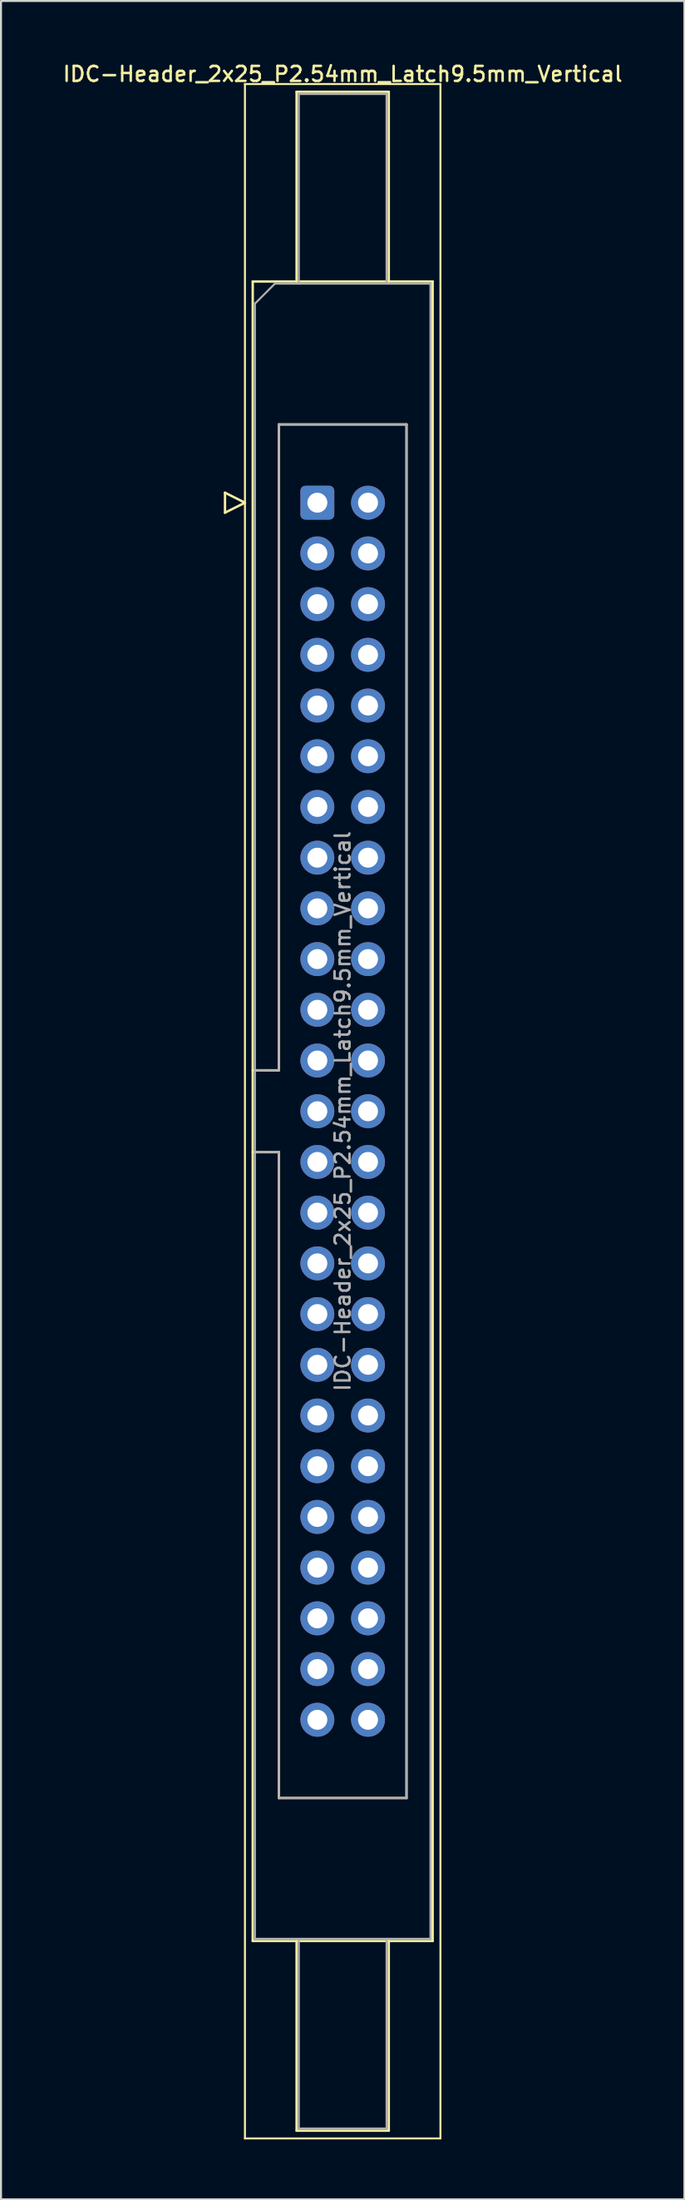
<source format=kicad_pcb>
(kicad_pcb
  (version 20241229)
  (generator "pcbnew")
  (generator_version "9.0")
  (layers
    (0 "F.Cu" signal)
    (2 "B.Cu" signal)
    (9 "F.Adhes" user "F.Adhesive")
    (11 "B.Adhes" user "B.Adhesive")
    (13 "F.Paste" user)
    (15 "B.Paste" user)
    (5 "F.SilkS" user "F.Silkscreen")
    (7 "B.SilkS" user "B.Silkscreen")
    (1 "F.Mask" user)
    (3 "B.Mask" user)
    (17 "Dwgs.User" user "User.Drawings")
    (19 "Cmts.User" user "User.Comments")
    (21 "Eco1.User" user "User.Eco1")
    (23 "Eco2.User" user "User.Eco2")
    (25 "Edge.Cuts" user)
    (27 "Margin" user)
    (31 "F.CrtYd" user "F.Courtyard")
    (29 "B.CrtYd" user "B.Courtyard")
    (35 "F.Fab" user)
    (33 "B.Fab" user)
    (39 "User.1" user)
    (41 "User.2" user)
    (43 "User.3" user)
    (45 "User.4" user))
  (footprint "IDC-Header_2x25_P2.54mm_Latch9.5mm_Vertical"
    (layer "F.Cu")
    (at 12.86 22.128)
    (property "Reference" "IDC-Header_2x25_P2.54mm_Latch9.5mm_Vertical" (at 1.27 -21.47 0) (layer "F.SilkS") (effects (font (size 0.75 0.75) (thickness 0.125))))
    (attr through_hole)
    (fp_line (start -4.63 -0.5) (end -4.63 0.5) (stroke (width 0.12) (type solid)) (layer "F.SilkS"))
    (fp_line (start -4.63 0.5) (end -3.63 0) (stroke (width 0.12) (type solid)) (layer "F.SilkS"))
    (fp_line (start -3.63 -20.97) (end -3.63 81.93) (stroke (width 0.1) (type solid)) (layer "F.SilkS"))
    (fp_line (start -3.63 0) (end -4.63 -0.5) (stroke (width 0.12) (type solid)) (layer "F.SilkS"))
    (fp_line (start -3.63 81.93) (end 6.17 81.93) (stroke (width 0.1) (type solid)) (layer "F.SilkS"))
    (fp_line (start -3.24 -11.08) (end 5.78 -11.08) (stroke (width 0.12) (type solid)) (layer "F.SilkS"))
    (fp_line (start -3.24 28.43) (end -1.93 28.43) (stroke (width 0.12) (type solid)) (layer "F.SilkS"))
    (fp_line (start -3.24 72.04) (end -3.24 -11.08) (stroke (width 0.12) (type solid)) (layer "F.SilkS"))
    (fp_line (start -1.93 -3.92) (end 4.47 -3.92) (stroke (width 0.12) (type solid)) (layer "F.SilkS"))
    (fp_line (start -1.93 28.43) (end -1.93 -3.92) (stroke (width 0.12) (type solid)) (layer "F.SilkS"))
    (fp_line (start -1.93 32.53) (end -3.24 32.53) (stroke (width 0.12) (type solid)) (layer "F.SilkS"))
    (fp_line (start -1.93 32.53) (end -1.93 32.53) (stroke (width 0.12) (type solid)) (layer "F.SilkS"))
    (fp_line (start -1.93 64.88) (end -1.93 32.53) (stroke (width 0.12) (type solid)) (layer "F.SilkS"))
    (fp_line (start -1.04 -20.58) (end 3.58 -20.58) (stroke (width 0.12) (type solid)) (layer "F.SilkS"))
    (fp_line (start -1.04 -11.08) (end -1.04 -20.58) (stroke (width 0.12) (type solid)) (layer "F.SilkS"))
    (fp_line (start -1.04 72.04) (end -1.04 81.54) (stroke (width 0.12) (type solid)) (layer "F.SilkS"))
    (fp_line (start -1.04 81.54) (end 3.58 81.54) (stroke (width 0.12) (type solid)) (layer "F.SilkS"))
    (fp_line (start 3.58 -20.58) (end 3.58 -11.08) (stroke (width 0.12) (type solid)) (layer "F.SilkS"))
    (fp_line (start 3.58 81.54) (end 3.58 72.04) (stroke (width 0.12) (type solid)) (layer "F.SilkS"))
    (fp_line (start 4.47 -3.92) (end 4.47 64.88) (stroke (width 0.12) (type solid)) (layer "F.SilkS"))
    (fp_line (start 4.47 64.88) (end -1.93 64.88) (stroke (width 0.12) (type solid)) (layer "F.SilkS"))
    (fp_line (start 5.78 -11.08) (end 5.78 72.04) (stroke (width 0.12) (type solid)) (layer "F.SilkS"))
    (fp_line (start 5.78 72.04) (end -3.24 72.04) (stroke (width 0.12) (type solid)) (layer "F.SilkS"))
    (fp_line (start 6.17 -20.97) (end -3.63 -20.97) (stroke (width 0.1) (type solid)) (layer "F.SilkS"))
    (fp_line (start 6.17 81.93) (end 6.17 -20.97) (stroke (width 0.1) (type solid)) (layer "F.SilkS"))
    (fp_line (start -3.13 -9.97) (end -2.13 -10.97) (stroke (width 0.1) (type solid)) (layer "F.Fab"))
    (fp_line (start -3.13 28.43) (end -1.93 28.43) (stroke (width 0.1) (type solid)) (layer "F.Fab"))
    (fp_line (start -3.13 71.93) (end -3.13 -9.97) (stroke (width 0.1) (type solid)) (layer "F.Fab"))
    (fp_line (start -2.13 -10.97) (end 5.67 -10.97) (stroke (width 0.1) (type solid)) (layer "F.Fab"))
    (fp_line (start -1.93 -3.92) (end 4.47 -3.92) (stroke (width 0.1) (type solid)) (layer "F.Fab"))
    (fp_line (start -1.93 28.43) (end -1.93 -3.92) (stroke (width 0.1) (type solid)) (layer "F.Fab"))
    (fp_line (start -1.93 32.53) (end -3.13 32.53) (stroke (width 0.1) (type solid)) (layer "F.Fab"))
    (fp_line (start -1.93 32.53) (end -1.93 32.53) (stroke (width 0.1) (type solid)) (layer "F.Fab"))
    (fp_line (start -1.93 64.88) (end -1.93 32.53) (stroke (width 0.1) (type solid)) (layer "F.Fab"))
    (fp_line (start -0.93 -20.47) (end 3.47 -20.47) (stroke (width 0.1) (type solid)) (layer "F.Fab"))
    (fp_line (start -0.93 -10.97) (end -0.93 -20.47) (stroke (width 0.1) (type solid)) (layer "F.Fab"))
    (fp_line (start -0.93 71.93) (end -0.93 81.43) (stroke (width 0.1) (type solid)) (layer "F.Fab"))
    (fp_line (start -0.93 81.43) (end 3.47 81.43) (stroke (width 0.1) (type solid)) (layer "F.Fab"))
    (fp_line (start 3.47 -20.47) (end 3.47 -10.97) (stroke (width 0.1) (type solid)) (layer "F.Fab"))
    (fp_line (start 3.47 81.43) (end 3.47 71.93) (stroke (width 0.1) (type solid)) (layer "F.Fab"))
    (fp_line (start 4.47 -3.92) (end 4.47 64.88) (stroke (width 0.1) (type solid)) (layer "F.Fab"))
    (fp_line (start 4.47 64.88) (end -1.93 64.88) (stroke (width 0.1) (type solid)) (layer "F.Fab"))
    (fp_line (start 5.67 -10.97) (end 5.67 71.93) (stroke (width 0.1) (type solid)) (layer "F.Fab"))
    (fp_line (start 5.67 71.93) (end -3.13 71.93) (stroke (width 0.1) (type solid)) (layer "F.Fab"))
    (fp_text user "${REFERENCE}" (at 1.27 30.48 90) (layer "F.Fab") (effects (font (size 0.75 0.75) (thickness 0.125))))
    (pad "1" thru_hole roundrect (at 0 0) (size 1.7 1.7) (drill 1) (layers "*.Cu" "*.Mask") (roundrect_rratio 0.147))
    (pad "2" thru_hole circle (at 2.54 0) (size 1.7 1.7) (drill 1) (layers "*.Cu" "*.Mask"))
    (pad "3" thru_hole circle (at 0 2.54) (size 1.7 1.7) (drill 1) (layers "*.Cu" "*.Mask"))
    (pad "4" thru_hole circle (at 2.54 2.54) (size 1.7 1.7) (drill 1) (layers "*.Cu" "*.Mask"))
    (pad "5" thru_hole circle (at 0 5.08) (size 1.7 1.7) (drill 1) (layers "*.Cu" "*.Mask"))
    (pad "6" thru_hole circle (at 2.54 5.08) (size 1.7 1.7) (drill 1) (layers "*.Cu" "*.Mask"))
    (pad "7" thru_hole circle (at 0 7.62) (size 1.7 1.7) (drill 1) (layers "*.Cu" "*.Mask"))
    (pad "8" thru_hole circle (at 2.54 7.62) (size 1.7 1.7) (drill 1) (layers "*.Cu" "*.Mask"))
    (pad "9" thru_hole circle (at 0 10.16) (size 1.7 1.7) (drill 1) (layers "*.Cu" "*.Mask"))
    (pad "10" thru_hole circle (at 2.54 10.16) (size 1.7 1.7) (drill 1) (layers "*.Cu" "*.Mask"))
    (pad "11" thru_hole circle (at 0 12.7) (size 1.7 1.7) (drill 1) (layers "*.Cu" "*.Mask"))
    (pad "12" thru_hole circle (at 2.54 12.7) (size 1.7 1.7) (drill 1) (layers "*.Cu" "*.Mask"))
    (pad "13" thru_hole circle (at 0 15.24) (size 1.7 1.7) (drill 1) (layers "*.Cu" "*.Mask"))
    (pad "14" thru_hole circle (at 2.54 15.24) (size 1.7 1.7) (drill 1) (layers "*.Cu" "*.Mask"))
    (pad "15" thru_hole circle (at 0 17.78) (size 1.7 1.7) (drill 1) (layers "*.Cu" "*.Mask"))
    (pad "16" thru_hole circle (at 2.54 17.78) (size 1.7 1.7) (drill 1) (layers "*.Cu" "*.Mask"))
    (pad "17" thru_hole circle (at 0 20.32) (size 1.7 1.7) (drill 1) (layers "*.Cu" "*.Mask"))
    (pad "18" thru_hole circle (at 2.54 20.32) (size 1.7 1.7) (drill 1) (layers "*.Cu" "*.Mask"))
    (pad "19" thru_hole circle (at 0 22.86) (size 1.7 1.7) (drill 1) (layers "*.Cu" "*.Mask"))
    (pad "20" thru_hole circle (at 2.54 22.86) (size 1.7 1.7) (drill 1) (layers "*.Cu" "*.Mask"))
    (pad "21" thru_hole circle (at 0 25.4) (size 1.7 1.7) (drill 1) (layers "*.Cu" "*.Mask"))
    (pad "22" thru_hole circle (at 2.54 25.4) (size 1.7 1.7) (drill 1) (layers "*.Cu" "*.Mask"))
    (pad "23" thru_hole circle (at 0 27.94) (size 1.7 1.7) (drill 1) (layers "*.Cu" "*.Mask"))
    (pad "24" thru_hole circle (at 2.54 27.94) (size 1.7 1.7) (drill 1) (layers "*.Cu" "*.Mask"))
    (pad "25" thru_hole circle (at 0 30.48) (size 1.7 1.7) (drill 1) (layers "*.Cu" "*.Mask"))
    (pad "26" thru_hole circle (at 2.54 30.48) (size 1.7 1.7) (drill 1) (layers "*.Cu" "*.Mask"))
    (pad "27" thru_hole circle (at 0 33.02) (size 1.7 1.7) (drill 1) (layers "*.Cu" "*.Mask"))
    (pad "28" thru_hole circle (at 2.54 33.02) (size 1.7 1.7) (drill 1) (layers "*.Cu" "*.Mask"))
    (pad "29" thru_hole circle (at 0 35.56) (size 1.7 1.7) (drill 1) (layers "*.Cu" "*.Mask"))
    (pad "30" thru_hole circle (at 2.54 35.56) (size 1.7 1.7) (drill 1) (layers "*.Cu" "*.Mask"))
    (pad "31" thru_hole circle (at 0 38.1) (size 1.7 1.7) (drill 1) (layers "*.Cu" "*.Mask"))
    (pad "32" thru_hole circle (at 2.54 38.1) (size 1.7 1.7) (drill 1) (layers "*.Cu" "*.Mask"))
    (pad "33" thru_hole circle (at 0 40.64) (size 1.7 1.7) (drill 1) (layers "*.Cu" "*.Mask"))
    (pad "34" thru_hole circle (at 2.54 40.64) (size 1.7 1.7) (drill 1) (layers "*.Cu" "*.Mask"))
    (pad "35" thru_hole circle (at 0 43.18) (size 1.7 1.7) (drill 1) (layers "*.Cu" "*.Mask"))
    (pad "36" thru_hole circle (at 2.54 43.18) (size 1.7 1.7) (drill 1) (layers "*.Cu" "*.Mask"))
    (pad "37" thru_hole circle (at 0 45.72) (size 1.7 1.7) (drill 1) (layers "*.Cu" "*.Mask"))
    (pad "38" thru_hole circle (at 2.54 45.72) (size 1.7 1.7) (drill 1) (layers "*.Cu" "*.Mask"))
    (pad "39" thru_hole circle (at 0 48.26) (size 1.7 1.7) (drill 1) (layers "*.Cu" "*.Mask"))
    (pad "40" thru_hole circle (at 2.54 48.26) (size 1.7 1.7) (drill 1) (layers "*.Cu" "*.Mask"))
    (pad "41" thru_hole circle (at 0 50.8) (size 1.7 1.7) (drill 1) (layers "*.Cu" "*.Mask"))
    (pad "42" thru_hole circle (at 2.54 50.8) (size 1.7 1.7) (drill 1) (layers "*.Cu" "*.Mask"))
    (pad "43" thru_hole circle (at 0 53.34) (size 1.7 1.7) (drill 1) (layers "*.Cu" "*.Mask"))
    (pad "44" thru_hole circle (at 2.54 53.34) (size 1.7 1.7) (drill 1) (layers "*.Cu" "*.Mask"))
    (pad "45" thru_hole circle (at 0 55.88) (size 1.7 1.7) (drill 1) (layers "*.Cu" "*.Mask"))
    (pad "46" thru_hole circle (at 2.54 55.88) (size 1.7 1.7) (drill 1) (layers "*.Cu" "*.Mask"))
    (pad "47" thru_hole circle (at 0 58.42) (size 1.7 1.7) (drill 1) (layers "*.Cu" "*.Mask"))
    (pad "48" thru_hole circle (at 2.54 58.42) (size 1.7 1.7) (drill 1) (layers "*.Cu" "*.Mask"))
    (pad "49" thru_hole circle (at 0 60.96) (size 1.7 1.7) (drill 1) (layers "*.Cu" "*.Mask"))
    (pad "50" thru_hole circle (at 2.54 60.96) (size 1.7 1.7) (drill 1) (layers "*.Cu" "*.Mask")))
  (gr_rect
    (start -3 -3)
    (end 31.261 107.108)
    (stroke (width 0.1) (type default))
    (fill no)
    (layer "Edge.Cuts")))
</source>
